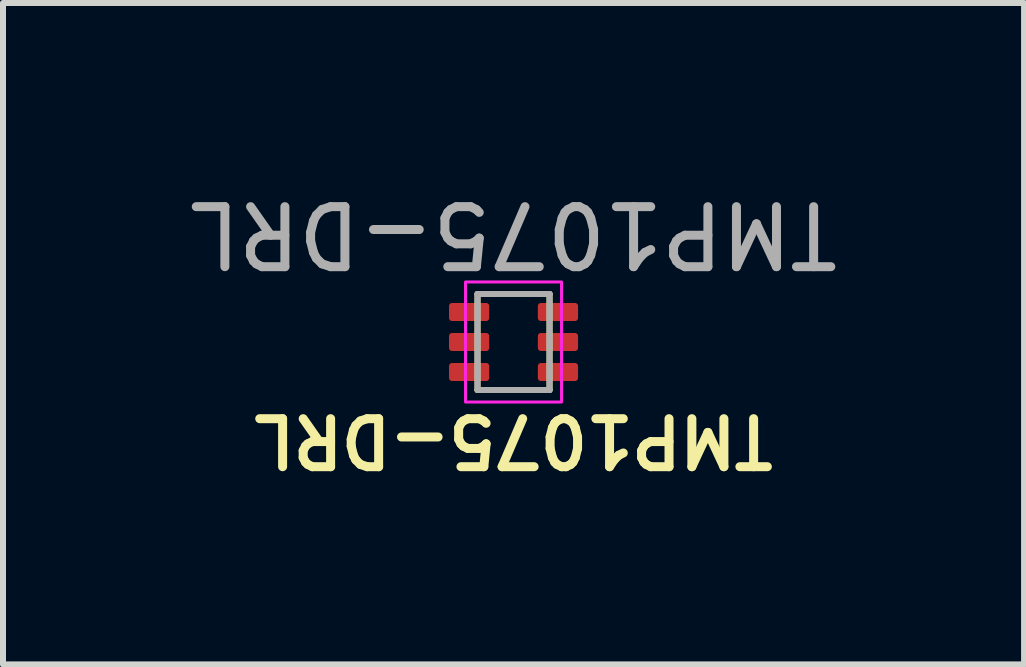
<source format=kicad_pcb>
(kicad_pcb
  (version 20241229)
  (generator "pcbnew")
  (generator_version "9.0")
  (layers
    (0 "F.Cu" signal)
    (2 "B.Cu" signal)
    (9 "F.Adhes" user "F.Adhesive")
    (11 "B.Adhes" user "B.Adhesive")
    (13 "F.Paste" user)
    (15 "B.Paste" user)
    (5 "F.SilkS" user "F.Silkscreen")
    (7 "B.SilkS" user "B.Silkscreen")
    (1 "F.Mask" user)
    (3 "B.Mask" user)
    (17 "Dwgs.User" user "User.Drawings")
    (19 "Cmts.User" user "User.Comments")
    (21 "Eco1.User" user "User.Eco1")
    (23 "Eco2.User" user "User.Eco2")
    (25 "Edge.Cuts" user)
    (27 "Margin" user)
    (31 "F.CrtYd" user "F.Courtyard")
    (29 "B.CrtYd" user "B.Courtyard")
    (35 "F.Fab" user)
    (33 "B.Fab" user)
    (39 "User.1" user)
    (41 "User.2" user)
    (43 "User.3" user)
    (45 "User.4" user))
  (footprint "TMP1075-DRL"
    (layer "F.Cu")
    (at 5.506 2.648)
    (property "Reference" "TMP1075-DRL" (at 0 1.64 180) (unlocked yes) (layer "F.SilkS") (effects (font (size 0.8 0.8) (thickness 0.15))))
    (attr smd)
    (fp_line (start -0.6 -0.8) (end -0.6 0.8) (stroke (width 0.1) (type default)) (layer "F.SilkS"))
    (fp_line (start -0.6 -0.8) (end 0.6 -0.8) (stroke (width 0.1) (type default)) (layer "F.SilkS"))
    (fp_line (start -0.6 0.8) (end 0.6 0.8) (stroke (width 0.1) (type default)) (layer "F.SilkS"))
    (fp_line (start 0.6 -0.8) (end 0.6 0.8) (stroke (width 0.1) (type default)) (layer "F.SilkS"))
    (fp_rect (start -0.8 -1) (end 0.8 1) (stroke (width 0.05) (type default)) (fill no) (layer "F.CrtYd"))
    (fp_line (start -0.6 -0.8) (end -0.6 0.8) (stroke (width 0.1) (type default)) (layer "F.Fab"))
    (fp_line (start -0.6 -0.8) (end 0.6 -0.8) (stroke (width 0.1) (type default)) (layer "F.Fab"))
    (fp_line (start -0.6 0.8) (end 0.6 0.8) (stroke (width 0.1) (type default)) (layer "F.Fab"))
    (fp_line (start 0.6 -0.8) (end 0.6 0.8) (stroke (width 0.1) (type default)) (layer "F.Fab"))
    (fp_text user "${REFERENCE}" (at 0 -1.8 180) (unlocked yes) (layer "F.Fab") (effects (font (size 1 1) (thickness 0.15))))
    (pad "1" smd roundrect (at -0.74 -0.5 180) (size 0.67 0.3) (layers "F.Cu" "F.Mask" "F.Paste") (roundrect_rratio 0.167))
    (pad "2" smd roundrect (at -0.74 0 180) (size 0.67 0.3) (layers "F.Cu" "F.Mask" "F.Paste") (roundrect_rratio 0.167))
    (pad "3" smd roundrect (at -0.74 0.5 180) (size 0.67 0.3) (layers "F.Cu" "F.Mask" "F.Paste") (roundrect_rratio 0.167))
    (pad "4" smd roundrect (at 0.74 0.5 180) (size 0.67 0.3) (layers "F.Cu" "F.Mask" "F.Paste") (roundrect_rratio 0.167))
    (pad "5" smd roundrect (at 0.74 0 180) (size 0.67 0.3) (layers "F.Cu" "F.Mask" "F.Paste") (roundrect_rratio 0.167))
    (pad "6" smd roundrect (at 0.74 -0.5 180) (size 0.67 0.3) (layers "F.Cu" "F.Mask" "F.Paste") (roundrect_rratio 0.167)))
  (gr_rect
    (start -3 -3)
    (end 14.012 8.02)
    (stroke (width 0.1) (type default))
    (fill no)
    (layer "Edge.Cuts")))
</source>
